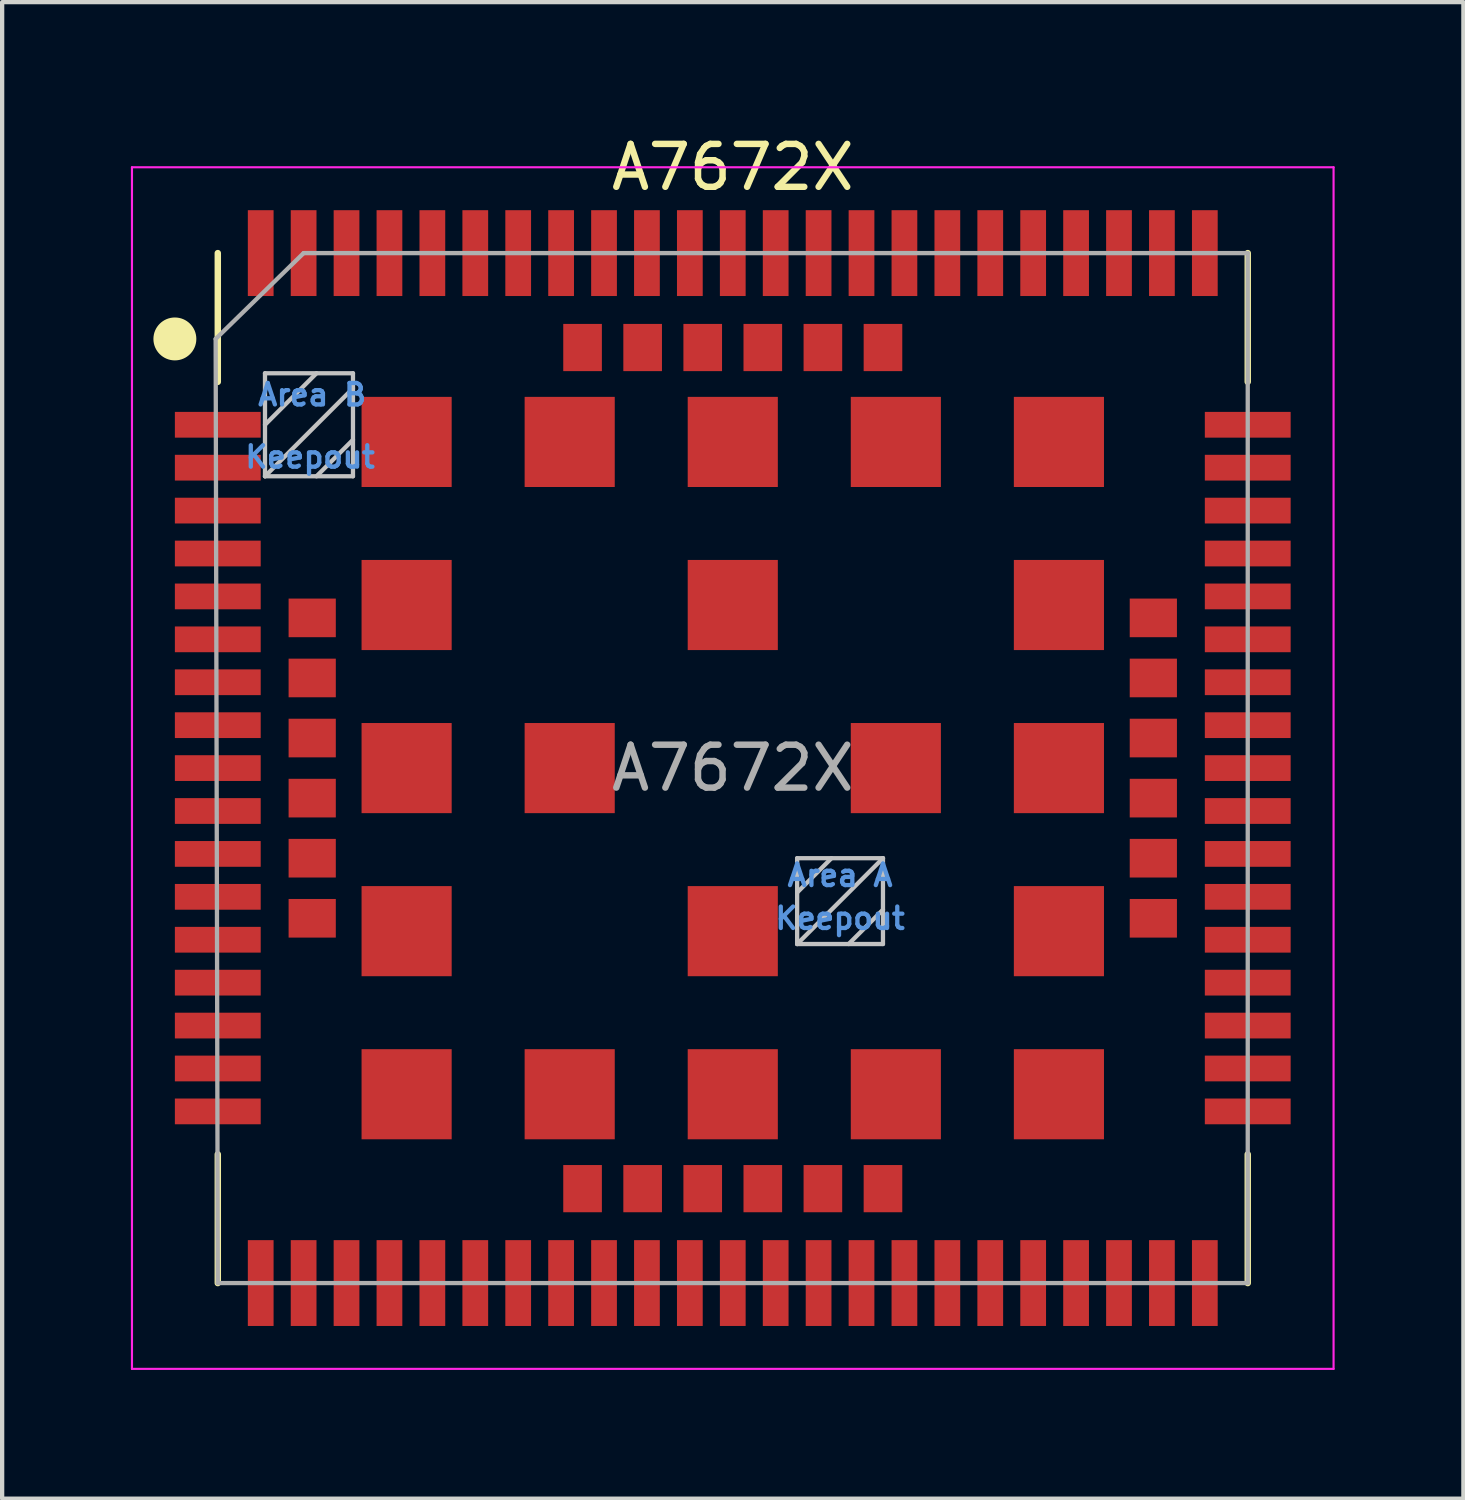
<source format=kicad_pcb>
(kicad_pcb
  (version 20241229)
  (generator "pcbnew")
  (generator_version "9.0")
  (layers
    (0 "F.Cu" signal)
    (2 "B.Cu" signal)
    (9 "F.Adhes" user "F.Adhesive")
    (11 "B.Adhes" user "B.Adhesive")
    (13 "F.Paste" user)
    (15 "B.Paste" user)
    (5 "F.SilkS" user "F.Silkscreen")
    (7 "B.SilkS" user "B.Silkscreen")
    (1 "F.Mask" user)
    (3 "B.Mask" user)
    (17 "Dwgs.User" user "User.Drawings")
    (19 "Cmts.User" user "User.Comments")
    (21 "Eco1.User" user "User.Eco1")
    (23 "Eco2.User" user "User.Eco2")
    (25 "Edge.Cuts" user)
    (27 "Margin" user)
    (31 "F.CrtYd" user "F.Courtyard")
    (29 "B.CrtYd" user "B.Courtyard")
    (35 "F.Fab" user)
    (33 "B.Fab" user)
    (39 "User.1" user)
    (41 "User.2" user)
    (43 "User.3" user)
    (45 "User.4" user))
  (footprint "A7672X"
    (layer "F.Cu")
    (at 14.025 14.848)
    (property "Reference" "A7672X" (at 0 -14 0) (layer "F.SilkS") (effects (font (size 1 1) (thickness 0.15))))
    (attr smd)
    (fp_line (start -12 -9) (end -12 -12) (stroke (width 0.15) (type solid)) (layer "F.SilkS"))
    (fp_line (start -12 12) (end -12 9) (stroke (width 0.15) (type solid)) (layer "F.SilkS"))
    (fp_line (start 12 -12) (end 12 -9) (stroke (width 0.15) (type solid)) (layer "F.SilkS"))
    (fp_line (start 12 9) (end 12 12) (stroke (width 0.15) (type solid)) (layer "F.SilkS"))
    (fp_circle (center -13 -10) (end -12.6 -10) (stroke (width 0.2) (type solid)) (fill yes) (layer "F.SilkS"))
    (fp_line (start -10.9 -9.2) (end -8.85 -9.2) (stroke (width 0.1) (type solid)) (layer "Dwgs.User"))
    (fp_line (start -10.9 -6.8) (end -10.9 -9.2) (stroke (width 0.1) (type solid)) (layer "Dwgs.User"))
    (fp_line (start -10.9 -6.8) (end -8.85 -6.8) (stroke (width 0.1) (type solid)) (layer "Dwgs.User"))
    (fp_line (start -9.7 -9.2) (end -10.9 -8) (stroke (width 0.1) (type solid)) (layer "Dwgs.User"))
    (fp_line (start -8.85 -8.85) (end -10.9 -6.8) (stroke (width 0.1) (type solid)) (layer "Dwgs.User"))
    (fp_line (start -8.85 -7.65) (end -9.7 -6.8) (stroke (width 0.1) (type solid)) (layer "Dwgs.User"))
    (fp_line (start -8.85 -6.8) (end -8.85 -9.2) (stroke (width 0.1) (type solid)) (layer "Dwgs.User"))
    (fp_line (start 1.5 2.1) (end 3.5 2.1) (stroke (width 0.1) (type solid)) (layer "Dwgs.User"))
    (fp_line (start 1.5 4.1) (end 1.5 2.1) (stroke (width 0.1) (type solid)) (layer "Dwgs.User"))
    (fp_line (start 1.5 4.1) (end 3.5 4.1) (stroke (width 0.1) (type solid)) (layer "Dwgs.User"))
    (fp_line (start 2.3 2.1) (end 1.5 2.9) (stroke (width 0.1) (type solid)) (layer "Dwgs.User"))
    (fp_line (start 3.5 2.1) (end 1.5 4.1) (stroke (width 0.1) (type solid)) (layer "Dwgs.User"))
    (fp_line (start 3.5 3.3) (end 2.7 4.1) (stroke (width 0.1) (type solid)) (layer "Dwgs.User"))
    (fp_line (start 3.5 4.1) (end 3.5 2.1) (stroke (width 0.1) (type solid)) (layer "Dwgs.User"))
    (fp_line (start -14 -14) (end 14 -14) (stroke (width 0.05) (type solid)) (layer "F.CrtYd"))
    (fp_line (start -14 14) (end -14 -14) (stroke (width 0.05) (type solid)) (layer "F.CrtYd"))
    (fp_line (start 14 -14) (end 14 14) (stroke (width 0.05) (type solid)) (layer "F.CrtYd"))
    (fp_line (start 14 14) (end -14 14) (stroke (width 0.05) (type solid)) (layer "F.CrtYd"))
    (fp_line (start -12.05 -10) (end -10 -12) (stroke (width 0.1) (type default)) (layer "F.Fab"))
    (fp_line (start -12 12) (end -12.05 -10) (stroke (width 0.1) (type solid)) (layer "F.Fab"))
    (fp_line (start -10 -12) (end 12 -12) (stroke (width 0.1) (type solid)) (layer "F.Fab"))
    (fp_line (start 12 -12) (end 12 12) (stroke (width 0.1) (type solid)) (layer "F.Fab"))
    (fp_line (start 12 12) (end -12 12) (stroke (width 0.1) (type solid)) (layer "F.Fab"))
    (fp_text user "Area A" (at 2.5 2.5 0) (layer "Cmts.User") (effects (font (size 0.5 0.5) (thickness 0.1))))
    (fp_text user "Area B" (at -9.8 -8.7 0) (layer "Cmts.User") (effects (font (size 0.5 0.5) (thickness 0.1))))
    (fp_text user "Keepout" (at 2.5 3.5 0) (layer "Cmts.User") (effects (font (size 0.5 0.5) (thickness 0.1))))
    (fp_text user "Keepout" (at -9.85 -7.25 0) (layer "Cmts.User") (effects (font (size 0.5 0.5) (thickness 0.1))))
    (fp_text user "${REFERENCE}" (at 0 0 0) (layer "F.Fab") (effects (font (size 1 1) (thickness 0.15))))
    (pad "1" smd rect (at -12 -8) (size 2 0.6) (layers "F.Cu" "F.Mask" "F.Paste"))
    (pad "2" smd rect (at -12 -7) (size 2 0.6) (layers "F.Cu" "F.Mask" "F.Paste"))
    (pad "3" smd rect (at -12 -6) (size 2 0.6) (layers "F.Cu" "F.Mask" "F.Paste"))
    (pad "4" smd rect (at -12 -5) (size 2 0.6) (layers "F.Cu" "F.Mask" "F.Paste"))
    (pad "5" smd rect (at -12 -4) (size 2 0.6) (layers "F.Cu" "F.Mask" "F.Paste"))
    (pad "6" smd rect (at -12 -3) (size 2 0.6) (layers "F.Cu" "F.Mask" "F.Paste"))
    (pad "7" smd rect (at -12 -2) (size 2 0.6) (layers "F.Cu" "F.Mask" "F.Paste"))
    (pad "8" smd rect (at -12 -1) (size 2 0.6) (layers "F.Cu" "F.Mask" "F.Paste"))
    (pad "9" smd rect (at -12 0) (size 2 0.6) (layers "F.Cu" "F.Mask" "F.Paste"))
    (pad "10" smd rect (at -12 1) (size 2 0.6) (layers "F.Cu" "F.Mask" "F.Paste"))
    (pad "11" smd rect (at -12 2) (size 2 0.6) (layers "F.Cu" "F.Mask" "F.Paste"))
    (pad "12" smd rect (at -12 3) (size 2 0.6) (layers "F.Cu" "F.Mask" "F.Paste"))
    (pad "13" smd rect (at -12 4) (size 2 0.6) (layers "F.Cu" "F.Mask" "F.Paste"))
    (pad "14" smd rect (at -12 5) (size 2 0.6) (layers "F.Cu" "F.Mask" "F.Paste"))
    (pad "15" smd rect (at -12 6) (size 2 0.6) (layers "F.Cu" "F.Mask" "F.Paste"))
    (pad "16" smd rect (at -12 7) (size 2 0.6) (layers "F.Cu" "F.Mask" "F.Paste"))
    (pad "17" smd rect (at -12 8) (size 2 0.6) (layers "F.Cu" "F.Mask" "F.Paste"))
    (pad "18" smd rect (at -8 12 90) (size 2 0.6) (layers "F.Cu" "F.Mask" "F.Paste"))
    (pad "19" smd rect (at -7 12 90) (size 2 0.6) (layers "F.Cu" "F.Mask" "F.Paste"))
    (pad "20" smd rect (at -6 12 90) (size 2 0.6) (layers "F.Cu" "F.Mask" "F.Paste"))
    (pad "21" smd rect (at -5 12) (size 0.6 2) (layers "F.Cu" "F.Mask" "F.Paste"))
    (pad "22" smd rect (at -4 12) (size 0.6 2) (layers "F.Cu" "F.Mask" "F.Paste"))
    (pad "23" smd rect (at -3 12) (size 0.6 2) (layers "F.Cu" "F.Mask" "F.Paste"))
    (pad "24" smd rect (at -2 12) (size 0.6 2) (layers "F.Cu" "F.Mask" "F.Paste"))
    (pad "25" smd rect (at -1 12) (size 0.6 2) (layers "F.Cu" "F.Mask" "F.Paste"))
    (pad "26" smd rect (at 0 12) (size 0.6 2) (layers "F.Cu" "F.Mask" "F.Paste"))
    (pad "27" smd rect (at 1 12) (size 0.6 2) (layers "F.Cu" "F.Mask" "F.Paste"))
    (pad "28" smd rect (at 2 12) (size 0.6 2) (layers "F.Cu" "F.Mask" "F.Paste"))
    (pad "29" smd rect (at 3 12) (size 0.6 2) (layers "F.Cu" "F.Mask" "F.Paste"))
    (pad "30" smd rect (at 4 12) (size 0.6 2) (layers "F.Cu" "F.Mask" "F.Paste"))
    (pad "31" smd rect (at 5 12) (size 0.6 2) (layers "F.Cu" "F.Mask" "F.Paste"))
    (pad "32" smd rect (at 6 12) (size 0.6 2) (layers "F.Cu" "F.Mask" "F.Paste"))
    (pad "33" smd rect (at 7 12) (size 0.6 2) (layers "F.Cu" "F.Mask" "F.Paste"))
    (pad "34" smd rect (at 8 12) (size 0.6 2) (layers "F.Cu" "F.Mask" "F.Paste"))
    (pad "35" smd rect (at 12 8 90) (size 0.6 2) (layers "F.Cu" "F.Mask" "F.Paste"))
    (pad "36" smd rect (at 12 7 90) (size 0.6 2) (layers "F.Cu" "F.Mask" "F.Paste"))
    (pad "37" smd rect (at 12 6 90) (size 0.6 2) (layers "F.Cu" "F.Mask" "F.Paste"))
    (pad "38" smd rect (at 12 5 90) (size 0.6 2) (layers "F.Cu" "F.Mask" "F.Paste"))
    (pad "39" smd rect (at 12 4 90) (size 0.6 2) (layers "F.Cu" "F.Mask" "F.Paste"))
    (pad "40" smd rect (at 12 3 90) (size 0.6 2) (layers "F.Cu" "F.Mask" "F.Paste"))
    (pad "41" smd rect (at 12 2) (size 2 0.6) (layers "F.Cu" "F.Mask" "F.Paste"))
    (pad "42" smd rect (at 12 1) (size 2 0.6) (layers "F.Cu" "F.Mask" "F.Paste"))
    (pad "43" smd rect (at 12 0) (size 2 0.6) (layers "F.Cu" "F.Mask" "F.Paste"))
    (pad "44" smd rect (at 12 -1) (size 2 0.6) (layers "F.Cu" "F.Mask" "F.Paste"))
    (pad "45" smd rect (at 12 -2) (size 2 0.6) (layers "F.Cu" "F.Mask" "F.Paste"))
    (pad "46" smd rect (at 12 -3) (size 2 0.6) (layers "F.Cu" "F.Mask" "F.Paste"))
    (pad "47" smd rect (at 12 -4) (size 2 0.6) (layers "F.Cu" "F.Mask" "F.Paste"))
    (pad "48" smd rect (at 12 -5) (size 2 0.6) (layers "F.Cu" "F.Mask" "F.Paste"))
    (pad "49" smd rect (at 12 -6) (size 2 0.6) (layers "F.Cu" "F.Mask" "F.Paste"))
    (pad "50" smd rect (at 12 -7) (size 2 0.6) (layers "F.Cu" "F.Mask" "F.Paste"))
    (pad "51" smd rect (at 12 -8) (size 2 0.6) (layers "F.Cu" "F.Mask" "F.Paste"))
    (pad "52" smd rect (at 8 -12 90) (size 2 0.6) (layers "F.Cu" "F.Mask" "F.Paste"))
    (pad "53" smd rect (at 7 -12 90) (size 2 0.6) (layers "F.Cu" "F.Mask" "F.Paste"))
    (pad "54" smd rect (at 6 -12 90) (size 2 0.6) (layers "F.Cu" "F.Mask" "F.Paste"))
    (pad "55" smd rect (at 5 -12 90) (size 2 0.6) (layers "F.Cu" "F.Mask" "F.Paste"))
    (pad "56" smd rect (at 4 -12 90) (size 2 0.6) (layers "F.Cu" "F.Mask" "F.Paste"))
    (pad "57" smd rect (at 3 -12 90) (size 2 0.6) (layers "F.Cu" "F.Mask" "F.Paste"))
    (pad "58" smd rect (at 2 -12 90) (size 2 0.6) (layers "F.Cu" "F.Mask" "F.Paste"))
    (pad "59" smd rect (at 1 -12 90) (size 2 0.6) (layers "F.Cu" "F.Mask" "F.Paste"))
    (pad "60" smd rect (at 0 -12 90) (size 2 0.6) (layers "F.Cu" "F.Mask" "F.Paste"))
    (pad "61" smd rect (at -1 -12) (size 0.6 2) (layers "F.Cu" "F.Mask" "F.Paste"))
    (pad "62" smd rect (at -2 -12) (size 0.6 2) (layers "F.Cu" "F.Mask" "F.Paste"))
    (pad "63" smd rect (at -3 -12) (size 0.6 2) (layers "F.Cu" "F.Mask" "F.Paste"))
    (pad "64" smd rect (at -4 -12) (size 0.6 2) (layers "F.Cu" "F.Mask" "F.Paste"))
    (pad "65" smd rect (at -5 -12) (size 0.6 2) (layers "F.Cu" "F.Mask" "F.Paste"))
    (pad "66" smd rect (at -6 -12) (size 0.6 2) (layers "F.Cu" "F.Mask" "F.Paste"))
    (pad "67" smd rect (at -7 -12) (size 0.6 2) (layers "F.Cu" "F.Mask" "F.Paste"))
    (pad "68" smd rect (at -8 -12) (size 0.6 2) (layers "F.Cu" "F.Mask" "F.Paste"))
    (pad "69" smd rect (at -7.6 -7.6) (size 2.1 2.1) (layers "F.Cu" "F.Mask" "F.Paste"))
    (pad "70" smd rect (at -7.6 -3.8) (size 2.1 2.1) (layers "F.Cu" "F.Mask" "F.Paste"))
    (pad "71" smd rect (at -7.6 0) (size 2.1 2.1) (layers "F.Cu" "F.Mask" "F.Paste"))
    (pad "72" smd rect (at -7.6 3.8) (size 2.1 2.1) (layers "F.Cu" "F.Mask" "F.Paste"))
    (pad "73" smd rect (at -7.6 7.6) (size 2.1 2.1) (layers "F.Cu" "F.Mask" "F.Paste"))
    (pad "74" smd rect (at -3.8 7.6) (size 2.1 2.1) (layers "F.Cu" "F.Mask" "F.Paste"))
    (pad "75" smd rect (at 0 7.6) (size 2.1 2.1) (layers "F.Cu" "F.Mask" "F.Paste"))
    (pad "76" smd rect (at 3.8 7.6) (size 2.1 2.1) (layers "F.Cu" "F.Mask" "F.Paste"))
    (pad "77" smd rect (at 7.6 7.6) (size 2.1 2.1) (layers "F.Cu" "F.Mask" "F.Paste"))
    (pad "78" smd rect (at 7.6 3.8) (size 2.1 2.1) (layers "F.Cu" "F.Mask" "F.Paste"))
    (pad "79" smd rect (at 7.6 0) (size 2.1 2.1) (layers "F.Cu" "F.Mask" "F.Paste"))
    (pad "80" smd rect (at 7.6 -3.8) (size 2.1 2.1) (layers "F.Cu" "F.Mask" "F.Paste"))
    (pad "81" smd rect (at 7.6 -7.6) (size 2.1 2.1) (layers "F.Cu" "F.Mask" "F.Paste"))
    (pad "82" smd rect (at 3.8 -7.6) (size 2.1 2.1) (layers "F.Cu" "F.Mask" "F.Paste"))
    (pad "83" smd rect (at 0 -7.6) (size 2.1 2.1) (layers "F.Cu" "F.Mask" "F.Paste"))
    (pad "84" smd rect (at -3.8 -7.6) (size 2.1 2.1) (layers "F.Cu" "F.Mask" "F.Paste"))
    (pad "85" smd rect (at -3.8 0) (size 2.1 2.1) (layers "F.Cu" "F.Mask" "F.Paste"))
    (pad "86" smd rect (at 0 3.8) (size 2.1 2.1) (layers "F.Cu" "F.Mask" "F.Paste"))
    (pad "87" smd rect (at 3.8 0) (size 2.1 2.1) (layers "F.Cu" "F.Mask" "F.Paste"))
    (pad "88" smd rect (at 0 -3.8) (size 2.1 2.1) (layers "F.Cu" "F.Mask" "F.Paste"))
    (pad "89" smd rect (at -11 12 90) (size 2 0.6) (layers "F.Cu" "F.Mask" "F.Paste"))
    (pad "90" smd rect (at -10 12 90) (size 2 0.6) (layers "F.Cu" "F.Mask" "F.Paste"))
    (pad "91" smd rect (at -9 12 90) (size 2 0.6) (layers "F.Cu" "F.Mask" "F.Paste"))
    (pad "92" smd rect (at 9 12) (size 0.6 2) (layers "F.Cu" "F.Mask" "F.Paste"))
    (pad "93" smd rect (at 10 12) (size 0.6 2) (layers "F.Cu" "F.Mask" "F.Paste"))
    (pad "94" smd rect (at 11 12) (size 0.6 2) (layers "F.Cu" "F.Mask" "F.Paste"))
    (pad "95" smd rect (at 11 -12 90) (size 2 0.6) (layers "F.Cu" "F.Mask" "F.Paste"))
    (pad "96" smd rect (at 10 -12 90) (size 2 0.6) (layers "F.Cu" "F.Mask" "F.Paste"))
    (pad "97" smd rect (at 9 -12 90) (size 2 0.6) (layers "F.Cu" "F.Mask" "F.Paste"))
    (pad "98" smd rect (at -9 -12) (size 0.6 2) (layers "F.Cu" "F.Mask" "F.Paste"))
    (pad "99" smd rect (at -10 -12) (size 0.6 2) (layers "F.Cu" "F.Mask" "F.Paste"))
    (pad "100" smd rect (at -11 -12) (size 0.6 2) (layers "F.Cu" "F.Mask" "F.Paste"))
    (pad "101" smd rect (at -9.8 -3.5) (size 1.1 0.9) (layers "F.Cu" "F.Mask" "F.Paste"))
    (pad "102" smd rect (at -9.8 -2.1) (size 1.1 0.9) (layers "F.Cu" "F.Mask" "F.Paste"))
    (pad "103" smd rect (at -9.8 -0.7) (size 1.1 0.9) (layers "F.Cu" "F.Mask" "F.Paste"))
    (pad "104" smd rect (at -9.8 0.7) (size 1.1 0.9) (layers "F.Cu" "F.Mask" "F.Paste"))
    (pad "105" smd rect (at -9.8 2.1) (size 1.1 0.9) (layers "F.Cu" "F.Mask" "F.Paste"))
    (pad "106" smd rect (at -9.8 3.5) (size 1.1 0.9) (layers "F.Cu" "F.Mask" "F.Paste"))
    (pad "107" smd rect (at -3.5 9.8 90) (size 1.1 0.9) (layers "F.Cu" "F.Mask" "F.Paste"))
    (pad "108" smd rect (at -2.1 9.8 90) (size 1.1 0.9) (layers "F.Cu" "F.Mask" "F.Paste"))
    (pad "109" smd rect (at -0.7 9.8 90) (size 1.1 0.9) (layers "F.Cu" "F.Mask" "F.Paste"))
    (pad "110" smd rect (at 0.7 9.8 90) (size 1.1 0.9) (layers "F.Cu" "F.Mask" "F.Paste"))
    (pad "111" smd rect (at 2.1 9.8 90) (size 1.1 0.9) (layers "F.Cu" "F.Mask" "F.Paste"))
    (pad "112" smd rect (at 3.5 9.8 90) (size 1.1 0.9) (layers "F.Cu" "F.Mask" "F.Paste"))
    (pad "113" smd rect (at 9.8 3.5) (size 1.1 0.9) (layers "F.Cu" "F.Mask" "F.Paste"))
    (pad "114" smd rect (at 9.8 2.1) (size 1.1 0.9) (layers "F.Cu" "F.Mask" "F.Paste"))
    (pad "115" smd rect (at 9.8 0.7) (size 1.1 0.9) (layers "F.Cu" "F.Mask" "F.Paste"))
    (pad "116" smd rect (at 9.8 -0.7) (size 1.1 0.9) (layers "F.Cu" "F.Mask" "F.Paste"))
    (pad "117" smd rect (at 9.8 -2.1) (size 1.1 0.9) (layers "F.Cu" "F.Mask" "F.Paste"))
    (pad "118" smd rect (at 9.8 -3.5) (size 1.1 0.9) (layers "F.Cu" "F.Mask" "F.Paste"))
    (pad "119" smd rect (at 3.5 -9.8 90) (size 1.1 0.9) (layers "F.Cu" "F.Mask" "F.Paste"))
    (pad "120" smd rect (at 2.1 -9.8 90) (size 1.1 0.9) (layers "F.Cu" "F.Mask" "F.Paste"))
    (pad "121" smd rect (at 0.7 -9.8 90) (size 1.1 0.9) (layers "F.Cu" "F.Mask" "F.Paste"))
    (pad "122" smd rect (at -0.7 -9.8 90) (size 1.1 0.9) (layers "F.Cu" "F.Mask" "F.Paste"))
    (pad "123" smd rect (at -2.1 -9.8 90) (size 1.1 0.9) (layers "F.Cu" "F.Mask" "F.Paste"))
    (pad "124" smd rect (at -3.5 -9.8 90) (size 1.1 0.9) (layers "F.Cu" "F.Mask" "F.Paste")))
  (gr_rect
    (start -3 -3)
    (end 31.05 31.873)
    (stroke (width 0.1) (type default))
    (fill no)
    (layer "Edge.Cuts")))
</source>
